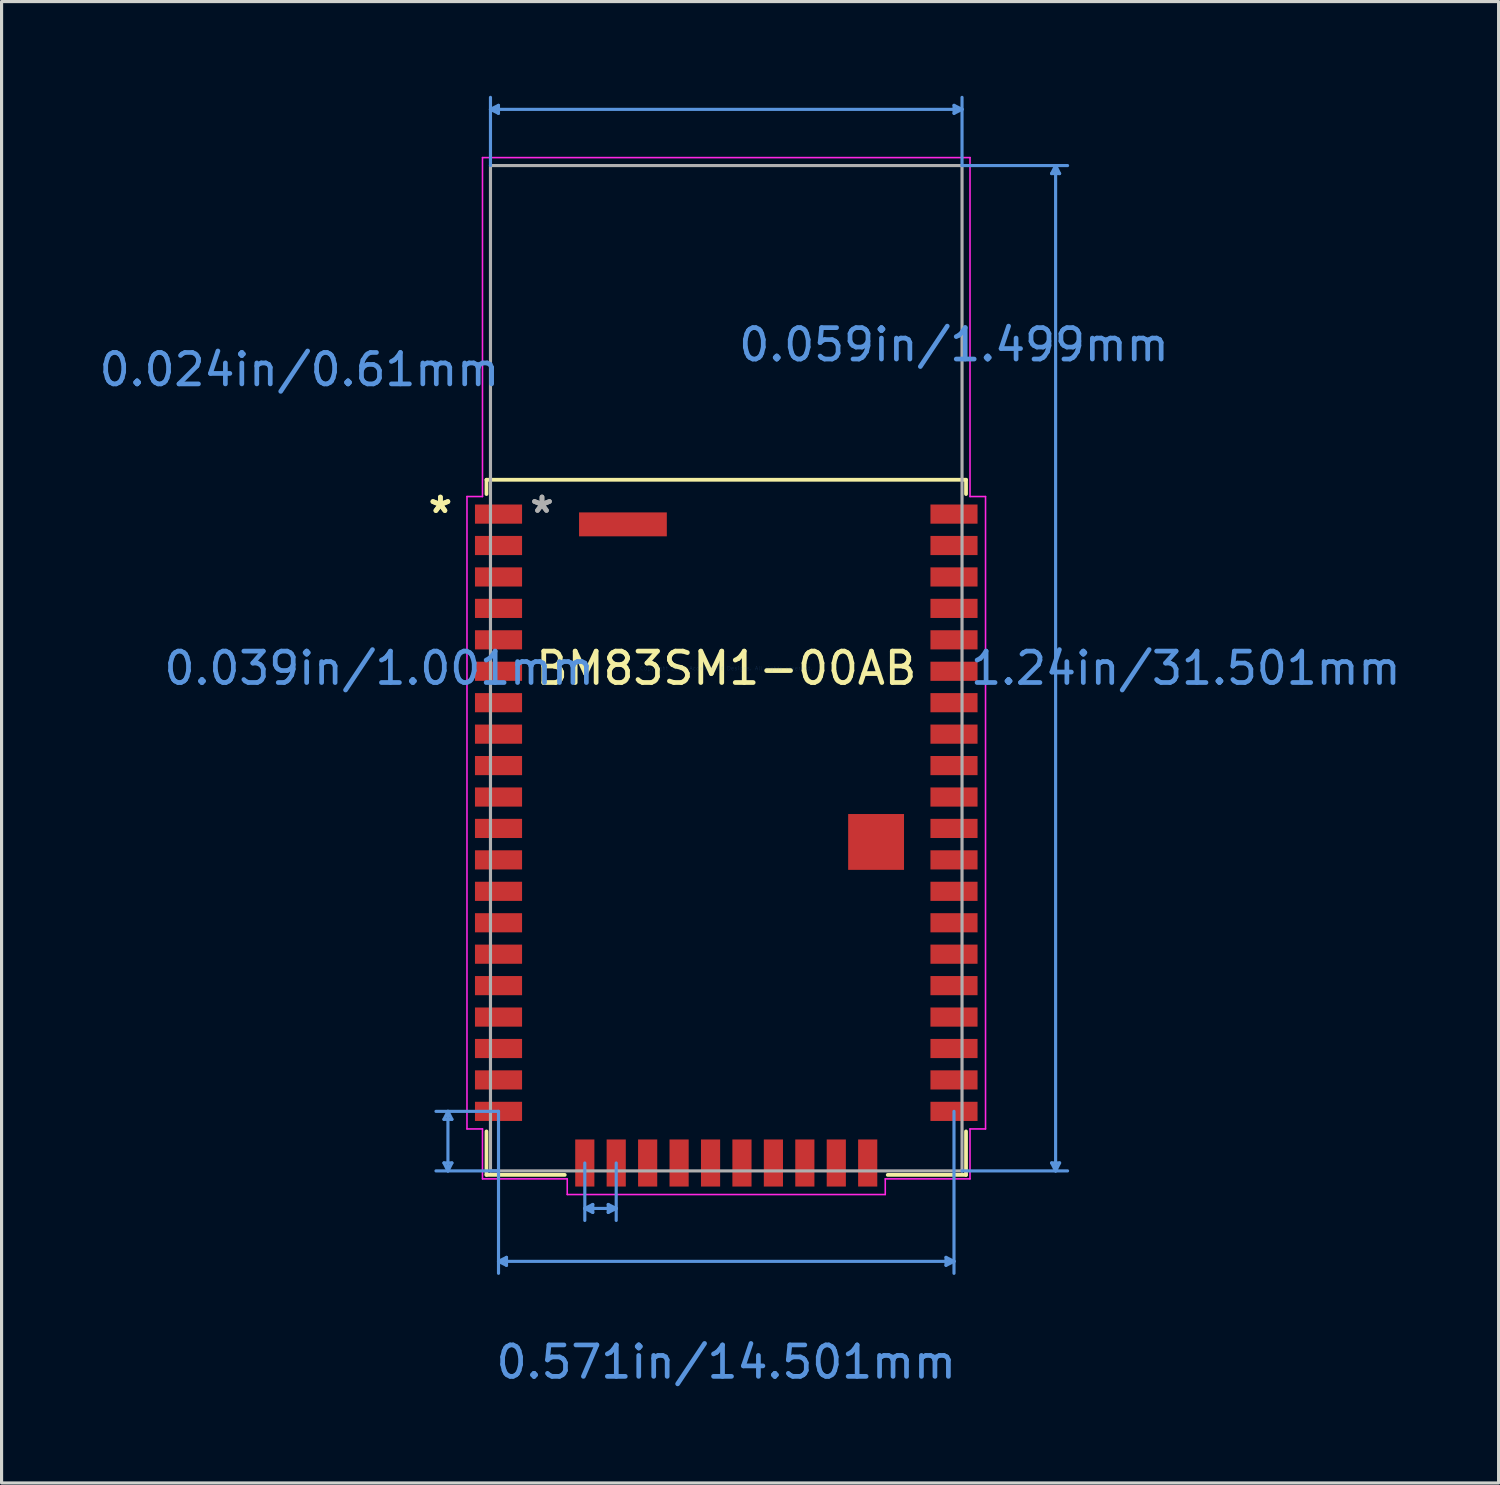
<source format=kicad_pcb>
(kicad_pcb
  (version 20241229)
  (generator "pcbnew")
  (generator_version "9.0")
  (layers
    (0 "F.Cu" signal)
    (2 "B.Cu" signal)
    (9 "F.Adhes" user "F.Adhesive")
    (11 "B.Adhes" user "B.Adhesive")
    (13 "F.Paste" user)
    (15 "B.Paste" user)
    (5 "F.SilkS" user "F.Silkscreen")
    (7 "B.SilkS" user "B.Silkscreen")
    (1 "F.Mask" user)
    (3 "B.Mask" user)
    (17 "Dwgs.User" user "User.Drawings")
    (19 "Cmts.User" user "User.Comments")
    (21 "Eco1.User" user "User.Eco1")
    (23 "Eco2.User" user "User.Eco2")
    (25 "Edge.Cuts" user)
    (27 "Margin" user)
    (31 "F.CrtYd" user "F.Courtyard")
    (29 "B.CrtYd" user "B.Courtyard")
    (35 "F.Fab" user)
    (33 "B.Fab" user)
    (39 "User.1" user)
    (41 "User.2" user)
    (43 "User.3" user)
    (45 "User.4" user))
  (footprint "BM83SM1-00AB"
    (layer "F.Cu")
    (at 20.07 18.223)
    (property "Reference" "BM83SM1-00AB" (at 0 0 0) (layer "F.SilkS") (effects (font (size 1 1) (thickness 0.15))))
    (attr smd)
    (fp_line (start -7.633 -6) (end 7.633 -6) (stroke (width 0.12) (type solid)) (layer "F.SilkS"))
    (fp_line (start -7.633 -5.545) (end -7.633 -6) (stroke (width 0.12) (type solid)) (layer "F.SilkS"))
    (fp_line (start -7.633 16.129) (end -7.633 14.745) (stroke (width 0.12) (type solid)) (layer "F.SilkS"))
    (fp_line (start -5.141 16.129) (end -7.633 16.129) (stroke (width 0.12) (type solid)) (layer "F.SilkS"))
    (fp_line (start 7.633 -6) (end 7.633 -5.545) (stroke (width 0.12) (type solid)) (layer "F.SilkS"))
    (fp_line (start 7.633 14.745) (end 7.633 16.129) (stroke (width 0.12) (type solid)) (layer "F.SilkS"))
    (fp_line (start 7.633 16.129) (end 5.141 16.129) (stroke (width 0.12) (type solid)) (layer "F.SilkS"))
    (fp_line (start -8.987 15.748) (end -8.86 16.002) (stroke (width 0.1) (type solid)) (layer "Cmts.User"))
    (fp_line (start -8.987 14.361) (end -8.86 14.107) (stroke (width 0.1) (type solid)) (layer "Cmts.User"))
    (fp_line (start -8.987 14.361) (end -8.733 14.361) (stroke (width 0.1) (type solid)) (layer "Cmts.User"))
    (fp_line (start -8.86 16.002) (end -8.86 14.107) (stroke (width 0.1) (type solid)) (layer "Cmts.User"))
    (fp_line (start -8.733 15.748) (end -8.987 15.748) (stroke (width 0.1) (type solid)) (layer "Cmts.User"))
    (fp_line (start -8.733 15.748) (end -8.86 16.002) (stroke (width 0.1) (type solid)) (layer "Cmts.User"))
    (fp_line (start -8.733 14.361) (end -8.86 14.107) (stroke (width 0.1) (type solid)) (layer "Cmts.User"))
    (fp_line (start -7.506 -17.792) (end 7.506 -17.792) (stroke (width 0.1) (type solid)) (layer "Cmts.User"))
    (fp_line (start -7.506 -16.002) (end -7.506 -18.173) (stroke (width 0.1) (type solid)) (layer "Cmts.User"))
    (fp_line (start -7.252 -17.919) (end -7.506 -17.792) (stroke (width 0.1) (type solid)) (layer "Cmts.User"))
    (fp_line (start -7.252 -17.665) (end -7.506 -17.792) (stroke (width 0.1) (type solid)) (layer "Cmts.User"))
    (fp_line (start -7.252 -17.665) (end -7.252 -17.919) (stroke (width 0.1) (type solid)) (layer "Cmts.User"))
    (fp_line (start -7.25 18.882) (end 7.25 18.882) (stroke (width 0.1) (type solid)) (layer "Cmts.User"))
    (fp_line (start -7.25 14.107) (end -9.241 14.107) (stroke (width 0.1) (type solid)) (layer "Cmts.User"))
    (fp_line (start -7.25 14.107) (end -7.25 19.263) (stroke (width 0.1) (type solid)) (layer "Cmts.User"))
    (fp_line (start -7.25 16.002) (end -9.241 16.002) (stroke (width 0.1) (type solid)) (layer "Cmts.User"))
    (fp_line (start -6.996 18.755) (end -7.25 18.882) (stroke (width 0.1) (type solid)) (layer "Cmts.User"))
    (fp_line (start -6.996 19.009) (end -7.25 18.882) (stroke (width 0.1) (type solid)) (layer "Cmts.User"))
    (fp_line (start -6.996 19.009) (end -6.996 18.755) (stroke (width 0.1) (type solid)) (layer "Cmts.User"))
    (fp_line (start -4.503 17.198) (end -3.503 17.198) (stroke (width 0.1) (type solid)) (layer "Cmts.User"))
    (fp_line (start -4.503 15.751) (end -4.503 17.579) (stroke (width 0.1) (type solid)) (layer "Cmts.User"))
    (fp_line (start -4.249 17.325) (end -4.503 17.198) (stroke (width 0.1) (type solid)) (layer "Cmts.User"))
    (fp_line (start -4.249 17.325) (end -4.249 17.071) (stroke (width 0.1) (type solid)) (layer "Cmts.User"))
    (fp_line (start -4.249 17.071) (end -4.503 17.198) (stroke (width 0.1) (type solid)) (layer "Cmts.User"))
    (fp_line (start -3.757 17.071) (end -3.757 17.325) (stroke (width 0.1) (type solid)) (layer "Cmts.User"))
    (fp_line (start -3.757 17.071) (end -3.503 17.198) (stroke (width 0.1) (type solid)) (layer "Cmts.User"))
    (fp_line (start -3.757 17.325) (end -3.503 17.198) (stroke (width 0.1) (type solid)) (layer "Cmts.User"))
    (fp_line (start -3.503 15.751) (end -3.503 17.579) (stroke (width 0.1) (type solid)) (layer "Cmts.User"))
    (fp_line (start 6.996 18.755) (end 6.996 19.009) (stroke (width 0.1) (type solid)) (layer "Cmts.User"))
    (fp_line (start 6.996 18.755) (end 7.25 18.882) (stroke (width 0.1) (type solid)) (layer "Cmts.User"))
    (fp_line (start 6.996 19.009) (end 7.25 18.882) (stroke (width 0.1) (type solid)) (layer "Cmts.User"))
    (fp_line (start 7.25 14.107) (end 7.25 19.263) (stroke (width 0.1) (type solid)) (layer "Cmts.User"))
    (fp_line (start 7.252 -17.919) (end 7.252 -17.665) (stroke (width 0.1) (type solid)) (layer "Cmts.User"))
    (fp_line (start 7.252 -17.919) (end 7.506 -17.792) (stroke (width 0.1) (type solid)) (layer "Cmts.User"))
    (fp_line (start 7.252 -17.665) (end 7.506 -17.792) (stroke (width 0.1) (type solid)) (layer "Cmts.User"))
    (fp_line (start 7.506 -16.002) (end 7.506 -18.173) (stroke (width 0.1) (type solid)) (layer "Cmts.User"))
    (fp_line (start 7.506 -16.002) (end 10.866 -16.002) (stroke (width 0.1) (type solid)) (layer "Cmts.User"))
    (fp_line (start 7.506 16.002) (end 10.866 16.002) (stroke (width 0.1) (type solid)) (layer "Cmts.User"))
    (fp_line (start 10.358 15.748) (end 10.485 16.002) (stroke (width 0.1) (type solid)) (layer "Cmts.User"))
    (fp_line (start 10.358 -15.748) (end 10.485 -16.002) (stroke (width 0.1) (type solid)) (layer "Cmts.User"))
    (fp_line (start 10.358 -15.748) (end 10.612 -15.748) (stroke (width 0.1) (type solid)) (layer "Cmts.User"))
    (fp_line (start 10.485 -16.002) (end 10.485 16.002) (stroke (width 0.1) (type solid)) (layer "Cmts.User"))
    (fp_line (start 10.612 15.748) (end 10.358 15.748) (stroke (width 0.1) (type solid)) (layer "Cmts.User"))
    (fp_line (start 10.612 15.748) (end 10.485 16.002) (stroke (width 0.1) (type solid)) (layer "Cmts.User"))
    (fp_line (start 10.612 -15.748) (end 10.485 -16.002) (stroke (width 0.1) (type solid)) (layer "Cmts.User"))
    (fp_line (start -8.254 -5.466) (end -8.254 14.666) (stroke (width 0.05) (type solid)) (layer "F.CrtYd"))
    (fp_line (start -8.254 14.666) (end -7.76 14.666) (stroke (width 0.05) (type solid)) (layer "F.CrtYd"))
    (fp_line (start -7.76 -16.256) (end -7.76 -5.466) (stroke (width 0.05) (type solid)) (layer "F.CrtYd"))
    (fp_line (start -7.76 -5.466) (end -8.254 -5.466) (stroke (width 0.05) (type solid)) (layer "F.CrtYd"))
    (fp_line (start -7.76 14.666) (end -7.76 16.256) (stroke (width 0.05) (type solid)) (layer "F.CrtYd"))
    (fp_line (start -7.76 16.256) (end -5.062 16.256) (stroke (width 0.05) (type solid)) (layer "F.CrtYd"))
    (fp_line (start -5.062 16.256) (end -5.062 16.754) (stroke (width 0.05) (type solid)) (layer "F.CrtYd"))
    (fp_line (start -5.062 16.754) (end 5.062 16.754) (stroke (width 0.05) (type solid)) (layer "F.CrtYd"))
    (fp_line (start 5.062 16.256) (end 7.76 16.256) (stroke (width 0.05) (type solid)) (layer "F.CrtYd"))
    (fp_line (start 5.062 16.754) (end 5.062 16.256) (stroke (width 0.05) (type solid)) (layer "F.CrtYd"))
    (fp_line (start 7.76 -16.256) (end -7.76 -16.256) (stroke (width 0.05) (type solid)) (layer "F.CrtYd"))
    (fp_line (start 7.76 -5.466) (end 7.76 -16.256) (stroke (width 0.05) (type solid)) (layer "F.CrtYd"))
    (fp_line (start 7.76 14.666) (end 8.254 14.666) (stroke (width 0.05) (type solid)) (layer "F.CrtYd"))
    (fp_line (start 7.76 16.256) (end 7.76 14.666) (stroke (width 0.05) (type solid)) (layer "F.CrtYd"))
    (fp_line (start 8.254 -5.466) (end 7.76 -5.466) (stroke (width 0.05) (type solid)) (layer "F.CrtYd"))
    (fp_line (start 8.254 14.666) (end 8.254 -5.466) (stroke (width 0.05) (type solid)) (layer "F.CrtYd"))
    (fp_line (start -7.506 -16.002) (end -7.506 16.002) (stroke (width 0.1) (type solid)) (layer "F.Fab"))
    (fp_line (start -7.506 16.002) (end 7.506 16.002) (stroke (width 0.1) (type solid)) (layer "F.Fab"))
    (fp_line (start 7.506 -16.002) (end -7.506 -16.002) (stroke (width 0.1) (type solid)) (layer "F.Fab"))
    (fp_line (start 7.506 16.002) (end 7.506 -16.002) (stroke (width 0.1) (type solid)) (layer "F.Fab"))
    (fp_text user "*" (at -9.1 -4.907 0) (layer "F.SilkS") (effects (font (size 1 1) (thickness 0.15))))
    (fp_text user "*" (at -9.1 -4.9 0) (layer "F.SilkS") (effects (font (size 1 1) (thickness 0.15))))
    (fp_text user "1.24in/31.501mm" (at 14.629 0 0) (layer "Cmts.User") (effects (font (size 1 1) (thickness 0.15))))
    (fp_text user "0.571in/14.501mm" (at 0 22.088 0) (layer "Cmts.User") (effects (font (size 1 1) (thickness 0.15))))
    (fp_text user "0.024in/0.61mm" (at -13.588 -9.507 0) (layer "Cmts.User") (effects (font (size 1 1) (thickness 0.15))))
    (fp_text user "0.039in/1.001mm" (at -11.048 0 0) (layer "Cmts.User") (effects (font (size 1 1) (thickness 0.15))))
    (fp_text user "Copyright 2021 Accelerated Designs. All rights reserved." (at 0 0 0) (layer "Cmts.User") (effects (font (size 0.127 0.127) (thickness 0.002))))
    (fp_text user "0.059in/1.499mm" (at 7.25 -10.298 0) (layer "Cmts.User") (effects (font (size 1 1) (thickness 0.15))))
    (fp_text user "*" (at -5.866 -4.907 0) (layer "F.Fab") (effects (font (size 1 1) (thickness 0.15))))
    (fp_text user "*" (at -5.866 -4.907 0) (layer "F.Fab") (effects (font (size 1 1) (thickness 0.15))))
    (pad "1" smd rect (at -7.25 -4.907) (size 1.499 0.61) (layers "F.Cu" "F.Mask" "F.Paste"))
    (pad "2" smd rect (at -7.25 -3.907) (size 1.499 0.61) (layers "F.Cu" "F.Mask" "F.Paste"))
    (pad "3" smd rect (at -7.25 -2.906) (size 1.499 0.61) (layers "F.Cu" "F.Mask" "F.Paste"))
    (pad "4" smd rect (at -7.25 -1.905) (size 1.499 0.61) (layers "F.Cu" "F.Mask" "F.Paste"))
    (pad "5" smd rect (at -7.25 -0.904) (size 1.499 0.61) (layers "F.Cu" "F.Mask" "F.Paste"))
    (pad "6" smd rect (at -7.25 0.097) (size 1.499 0.61) (layers "F.Cu" "F.Mask" "F.Paste"))
    (pad "7" smd rect (at -7.25 1.097) (size 1.499 0.61) (layers "F.Cu" "F.Mask" "F.Paste"))
    (pad "8" smd rect (at -7.25 2.098) (size 1.499 0.61) (layers "F.Cu" "F.Mask" "F.Paste"))
    (pad "9" smd rect (at -7.25 3.099) (size 1.499 0.61) (layers "F.Cu" "F.Mask" "F.Paste"))
    (pad "10" smd rect (at -7.25 4.1) (size 1.499 0.61) (layers "F.Cu" "F.Mask" "F.Paste"))
    (pad "11" smd rect (at -7.25 5.1) (size 1.499 0.61) (layers "F.Cu" "F.Mask" "F.Paste"))
    (pad "12" smd rect (at -7.25 6.101) (size 1.499 0.61) (layers "F.Cu" "F.Mask" "F.Paste"))
    (pad "13" smd rect (at -7.25 7.102) (size 1.499 0.61) (layers "F.Cu" "F.Mask" "F.Paste"))
    (pad "14" smd rect (at -7.25 8.103) (size 1.499 0.61) (layers "F.Cu" "F.Mask" "F.Paste"))
    (pad "15" smd rect (at -7.25 9.103) (size 1.499 0.61) (layers "F.Cu" "F.Mask" "F.Paste"))
    (pad "16" smd rect (at -7.25 10.104) (size 1.499 0.61) (layers "F.Cu" "F.Mask" "F.Paste"))
    (pad "17" smd rect (at -7.25 11.105) (size 1.499 0.61) (layers "F.Cu" "F.Mask" "F.Paste"))
    (pad "18" smd rect (at -7.25 12.106) (size 1.499 0.61) (layers "F.Cu" "F.Mask" "F.Paste"))
    (pad "19" smd rect (at -7.25 13.106) (size 1.499 0.61) (layers "F.Cu" "F.Mask" "F.Paste"))
    (pad "20" smd rect (at -7.25 14.107) (size 1.499 0.61) (layers "F.Cu" "F.Mask" "F.Paste"))
    (pad "21" smd rect (at -4.503 15.751 90) (size 1.499 0.61) (layers "F.Cu" "F.Mask" "F.Paste"))
    (pad "22" smd rect (at -3.503 15.751 90) (size 1.499 0.61) (layers "F.Cu" "F.Mask" "F.Paste"))
    (pad "23" smd rect (at -2.502 15.751 90) (size 1.499 0.61) (layers "F.Cu" "F.Mask" "F.Paste"))
    (pad "24" smd rect (at -1.501 15.751 90) (size 1.499 0.61) (layers "F.Cu" "F.Mask" "F.Paste"))
    (pad "25" smd rect (at -0.5 15.751 90) (size 1.499 0.61) (layers "F.Cu" "F.Mask" "F.Paste"))
    (pad "26" smd rect (at 0.5 15.751 90) (size 1.499 0.61) (layers "F.Cu" "F.Mask" "F.Paste"))
    (pad "27" smd rect (at 1.501 15.751 90) (size 1.499 0.61) (layers "F.Cu" "F.Mask" "F.Paste"))
    (pad "28" smd rect (at 2.502 15.751 90) (size 1.499 0.61) (layers "F.Cu" "F.Mask" "F.Paste"))
    (pad "29" smd rect (at 3.503 15.751 90) (size 1.499 0.61) (layers "F.Cu" "F.Mask" "F.Paste"))
    (pad "30" smd rect (at 4.503 15.751 90) (size 1.499 0.61) (layers "F.Cu" "F.Mask" "F.Paste"))
    (pad "31" smd rect (at 7.25 14.107) (size 1.499 0.61) (layers "F.Cu" "F.Mask" "F.Paste"))
    (pad "32" smd rect (at 7.25 13.106) (size 1.499 0.61) (layers "F.Cu" "F.Mask" "F.Paste"))
    (pad "33" smd rect (at 7.25 12.106) (size 1.499 0.61) (layers "F.Cu" "F.Mask" "F.Paste"))
    (pad "34" smd rect (at 7.25 11.105) (size 1.499 0.61) (layers "F.Cu" "F.Mask" "F.Paste"))
    (pad "35" smd rect (at 7.25 10.104) (size 1.499 0.61) (layers "F.Cu" "F.Mask" "F.Paste"))
    (pad "36" smd rect (at 7.25 9.103) (size 1.499 0.61) (layers "F.Cu" "F.Mask" "F.Paste"))
    (pad "37" smd rect (at 7.25 8.103) (size 1.499 0.61) (layers "F.Cu" "F.Mask" "F.Paste"))
    (pad "38" smd rect (at 7.25 7.102) (size 1.499 0.61) (layers "F.Cu" "F.Mask" "F.Paste"))
    (pad "39" smd rect (at 7.25 6.101) (size 1.499 0.61) (layers "F.Cu" "F.Mask" "F.Paste"))
    (pad "40" smd rect (at 7.25 5.1) (size 1.499 0.61) (layers "F.Cu" "F.Mask" "F.Paste"))
    (pad "41" smd rect (at 7.25 4.1) (size 1.499 0.61) (layers "F.Cu" "F.Mask" "F.Paste"))
    (pad "42" smd rect (at 7.25 3.099) (size 1.499 0.61) (layers "F.Cu" "F.Mask" "F.Paste"))
    (pad "43" smd rect (at 7.25 2.098) (size 1.499 0.61) (layers "F.Cu" "F.Mask" "F.Paste"))
    (pad "44" smd rect (at 7.25 1.097) (size 1.499 0.61) (layers "F.Cu" "F.Mask" "F.Paste"))
    (pad "45" smd rect (at 7.25 0.097) (size 1.499 0.61) (layers "F.Cu" "F.Mask" "F.Paste"))
    (pad "46" smd rect (at 7.25 -0.904) (size 1.499 0.61) (layers "F.Cu" "F.Mask" "F.Paste"))
    (pad "47" smd rect (at 7.25 -1.905) (size 1.499 0.61) (layers "F.Cu" "F.Mask" "F.Paste"))
    (pad "48" smd rect (at 7.25 -2.906) (size 1.499 0.61) (layers "F.Cu" "F.Mask" "F.Paste"))
    (pad "49" smd rect (at 7.25 -3.907) (size 1.499 0.61) (layers "F.Cu" "F.Mask" "F.Paste"))
    (pad "50" smd rect (at 7.25 -4.907) (size 1.499 0.61) (layers "F.Cu" "F.Mask" "F.Paste"))
    (pad "56" smd rect (at 4.77 5.53) (size 1.778 1.778) (layers "F.Cu" "F.Mask" "F.Paste"))
    (pad "57" smd rect (at -3.289 -4.58) (size 2.794 0.762) (layers "F.Cu" "F.Mask" "F.Paste")))
  (gr_rect
    (start -3 -3)
    (end 44.657 44.159)
    (stroke (width 0.1) (type default))
    (fill no)
    (layer "Edge.Cuts")))
</source>
